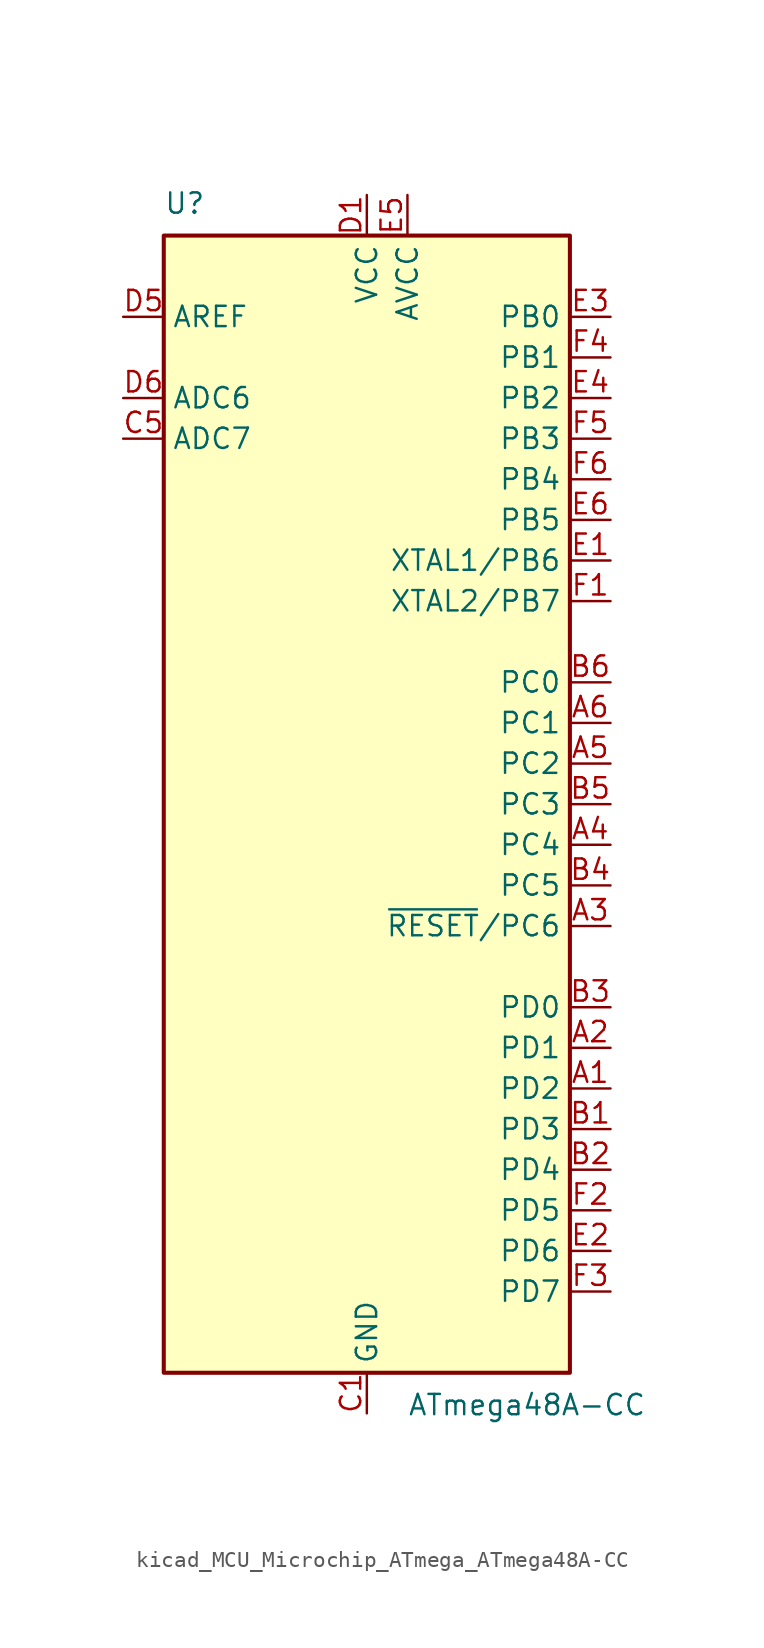
<source format=kicad_sym>
(kicad_symbol_lib
  (version 20220914)
  (generator kicad_symbol_editor)
  (symbol "kicad_MCU_Microchip_ATmega_ATmega48A-CC"
    (property "Reference" "U"
      (at -12.7 36.83 0)
      (effects (font (size 1.27 1.27)) (justify left bottom)))
    (property "Value" "ATmega48A-CC"
      (at 2.54 -36.83 0)
      (effects (font (size 1.27 1.27)) (justify left top)))
    (symbol "kicad_MCU_Microchip_ATmega_ATmega48A-CC_0_1"
      (rectangle (start -12.7 -35.56) (end 12.7 35.56) (stroke (width 0.254) (type default)) (fill (type background))))
    (symbol "kicad_MCU_Microchip_ATmega_ATmega48A-CC_1_1"
      (pin bidirectional line (at 15.24 -17.78 180) (length 2.54) (name "PD2" (effects (font (size 1.27 1.27)))) (number "A1" (effects (font (size 1.27 1.27)))))
      (pin bidirectional line (at 15.24 -15.24 180) (length 2.54) (name "PD1" (effects (font (size 1.27 1.27)))) (number "A2" (effects (font (size 1.27 1.27)))))
      (pin bidirectional line (at 15.24 -7.62 180) (length 2.54) (name "~{RESET}/PC6" (effects (font (size 1.27 1.27)))) (number "A3" (effects (font (size 1.27 1.27)))))
      (pin bidirectional line (at 15.24 -2.54 180) (length 2.54) (name "PC4" (effects (font (size 1.27 1.27)))) (number "A4" (effects (font (size 1.27 1.27)))))
      (pin bidirectional line (at 15.24 2.54 180) (length 2.54) (name "PC2" (effects (font (size 1.27 1.27)))) (number "A5" (effects (font (size 1.27 1.27)))))
      (pin bidirectional line (at 15.24 5.08 180) (length 2.54) (name "PC1" (effects (font (size 1.27 1.27)))) (number "A6" (effects (font (size 1.27 1.27)))))
      (pin bidirectional line (at 15.24 -20.32 180) (length 2.54) (name "PD3" (effects (font (size 1.27 1.27)))) (number "B1" (effects (font (size 1.27 1.27)))))
      (pin bidirectional line (at 15.24 -22.86 180) (length 2.54) (name "PD4" (effects (font (size 1.27 1.27)))) (number "B2" (effects (font (size 1.27 1.27)))))
      (pin bidirectional line (at 15.24 -12.7 180) (length 2.54) (name "PD0" (effects (font (size 1.27 1.27)))) (number "B3" (effects (font (size 1.27 1.27)))))
      (pin bidirectional line (at 15.24 -5.08 180) (length 2.54) (name "PC5" (effects (font (size 1.27 1.27)))) (number "B4" (effects (font (size 1.27 1.27)))))
      (pin bidirectional line (at 15.24 0 180) (length 2.54) (name "PC3" (effects (font (size 1.27 1.27)))) (number "B5" (effects (font (size 1.27 1.27)))))
      (pin bidirectional line (at 15.24 7.62 180) (length 2.54) (name "PC0" (effects (font (size 1.27 1.27)))) (number "B6" (effects (font (size 1.27 1.27)))))
      (pin power_in line (at 0 -38.1 90) (length 2.54) (name "GND" (effects (font (size 1.27 1.27)))) (number "C1" (effects (font (size 1.27 1.27)))))
      (pin passive line (at 0 -38.1 90) (length 2.54) hide (name "GND" (effects (font (size 1.27 1.27)))) (number "C2" (effects (font (size 1.27 1.27)))))
      (pin input line (at -15.24 22.86 0) (length 2.54) (name "ADC7" (effects (font (size 1.27 1.27)))) (number "C5" (effects (font (size 1.27 1.27)))))
      (pin passive line (at 0 -38.1 90) (length 2.54) hide (name "GND" (effects (font (size 1.27 1.27)))) (number "C6" (effects (font (size 1.27 1.27)))))
      (pin power_in line (at 0 38.1 270) (length 2.54) (name "VCC" (effects (font (size 1.27 1.27)))) (number "D1" (effects (font (size 1.27 1.27)))))
      (pin passive line (at 0 38.1 270) (length 2.54) hide (name "VCC" (effects (font (size 1.27 1.27)))) (number "D2" (effects (font (size 1.27 1.27)))))
      (pin passive line (at -15.24 30.48 0) (length 2.54) (name "AREF" (effects (font (size 1.27 1.27)))) (number "D5" (effects (font (size 1.27 1.27)))))
      (pin input line (at -15.24 25.4 0) (length 2.54) (name "ADC6" (effects (font (size 1.27 1.27)))) (number "D6" (effects (font (size 1.27 1.27)))))
      (pin bidirectional line (at 15.24 15.24 180) (length 2.54) (name "XTAL1/PB6" (effects (font (size 1.27 1.27)))) (number "E1" (effects (font (size 1.27 1.27)))))
      (pin bidirectional line (at 15.24 -27.94 180) (length 2.54) (name "PD6" (effects (font (size 1.27 1.27)))) (number "E2" (effects (font (size 1.27 1.27)))))
      (pin bidirectional line (at 15.24 30.48 180) (length 2.54) (name "PB0" (effects (font (size 1.27 1.27)))) (number "E3" (effects (font (size 1.27 1.27)))))
      (pin bidirectional line (at 15.24 25.4 180) (length 2.54) (name "PB2" (effects (font (size 1.27 1.27)))) (number "E4" (effects (font (size 1.27 1.27)))))
      (pin power_in line (at 2.54 38.1 270) (length 2.54) (name "AVCC" (effects (font (size 1.27 1.27)))) (number "E5" (effects (font (size 1.27 1.27)))))
      (pin bidirectional line (at 15.24 17.78 180) (length 2.54) (name "PB5" (effects (font (size 1.27 1.27)))) (number "E6" (effects (font (size 1.27 1.27)))))
      (pin bidirectional line (at 15.24 12.7 180) (length 2.54) (name "XTAL2/PB7" (effects (font (size 1.27 1.27)))) (number "F1" (effects (font (size 1.27 1.27)))))
      (pin bidirectional line (at 15.24 -25.4 180) (length 2.54) (name "PD5" (effects (font (size 1.27 1.27)))) (number "F2" (effects (font (size 1.27 1.27)))))
      (pin bidirectional line (at 15.24 -30.48 180) (length 2.54) (name "PD7" (effects (font (size 1.27 1.27)))) (number "F3" (effects (font (size 1.27 1.27)))))
      (pin bidirectional line (at 15.24 27.94 180) (length 2.54) (name "PB1" (effects (font (size 1.27 1.27)))) (number "F4" (effects (font (size 1.27 1.27)))))
      (pin bidirectional line (at 15.24 22.86 180) (length 2.54) (name "PB3" (effects (font (size 1.27 1.27)))) (number "F5" (effects (font (size 1.27 1.27)))))
      (pin bidirectional line (at 15.24 20.32 180) (length 2.54) (name "PB4" (effects (font (size 1.27 1.27)))) (number "F6" (effects (font (size 1.27 1.27))))))))
</source>
